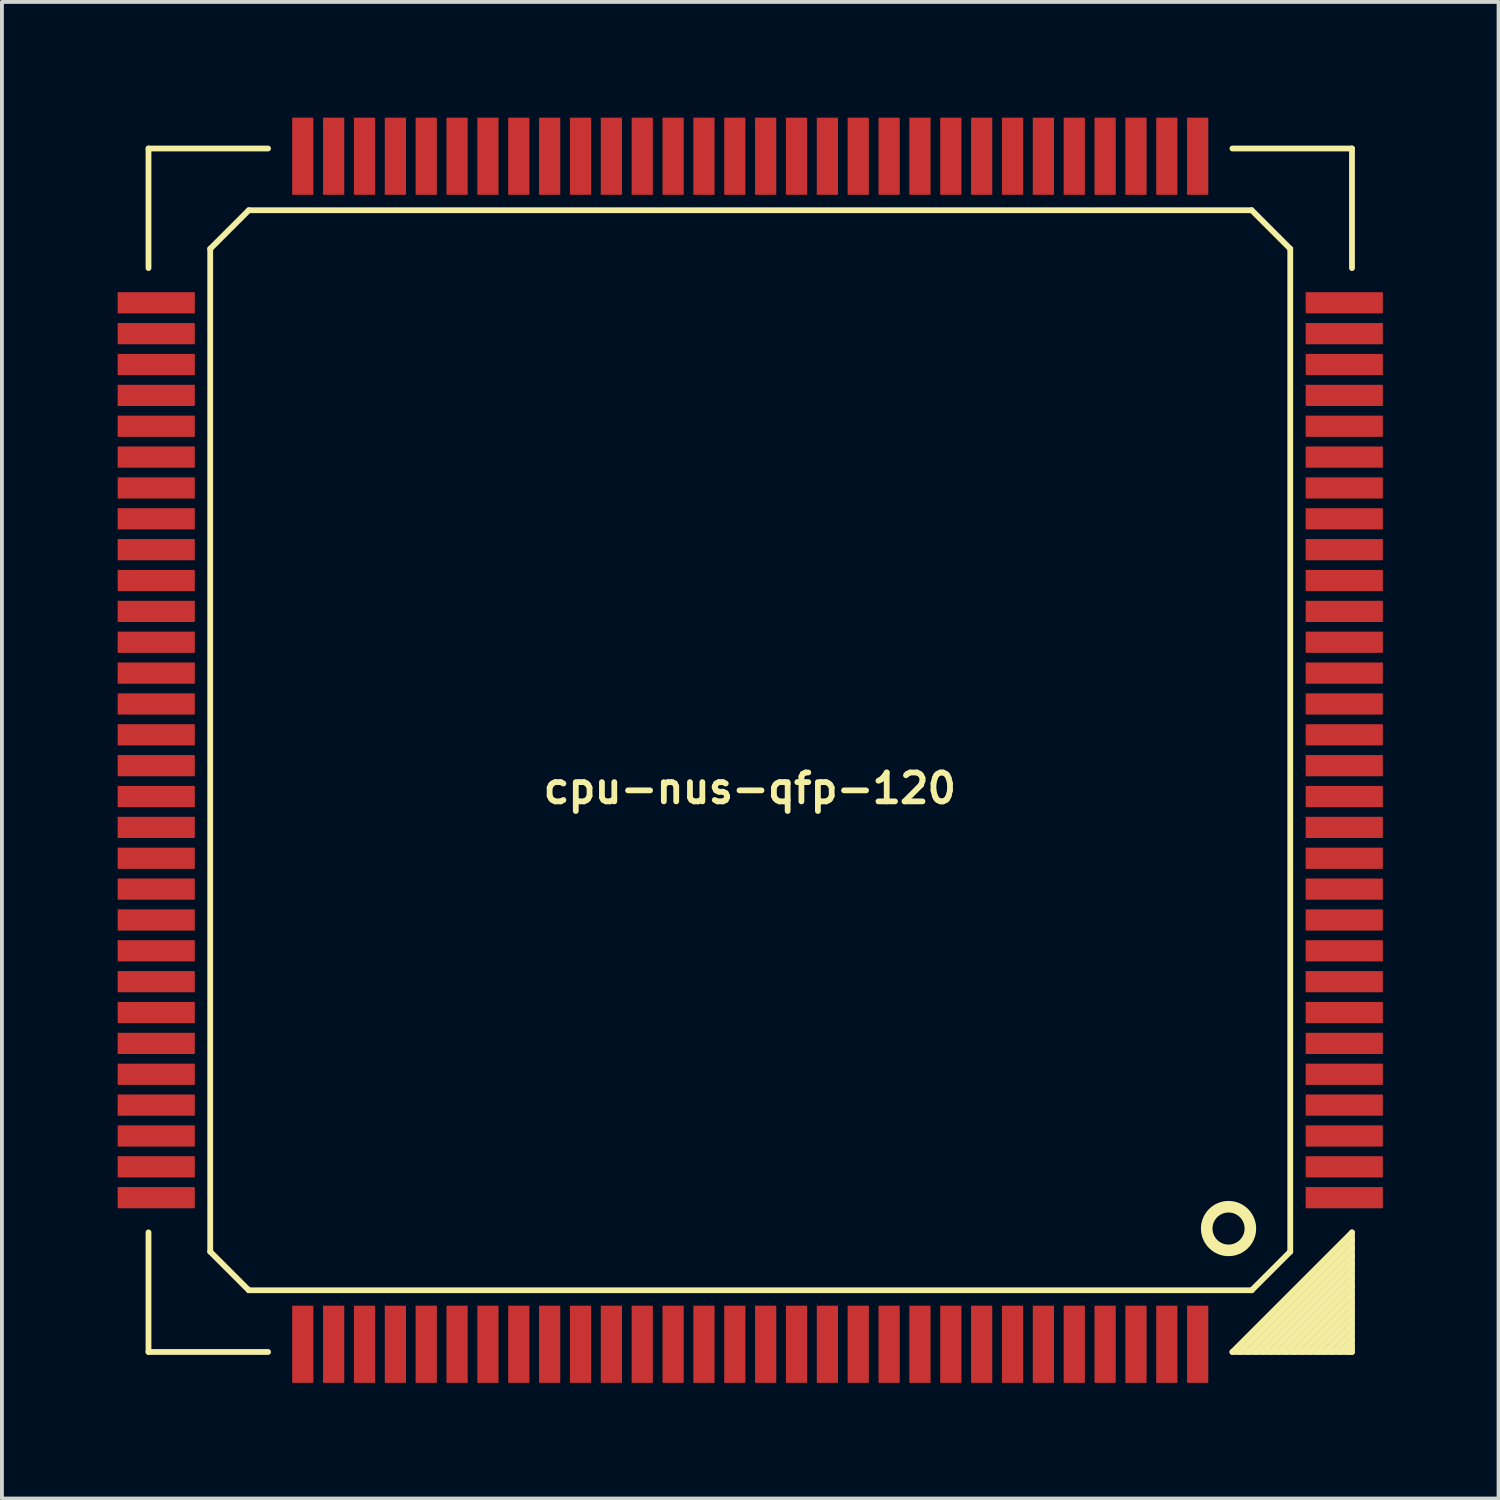
<source format=kicad_pcb>
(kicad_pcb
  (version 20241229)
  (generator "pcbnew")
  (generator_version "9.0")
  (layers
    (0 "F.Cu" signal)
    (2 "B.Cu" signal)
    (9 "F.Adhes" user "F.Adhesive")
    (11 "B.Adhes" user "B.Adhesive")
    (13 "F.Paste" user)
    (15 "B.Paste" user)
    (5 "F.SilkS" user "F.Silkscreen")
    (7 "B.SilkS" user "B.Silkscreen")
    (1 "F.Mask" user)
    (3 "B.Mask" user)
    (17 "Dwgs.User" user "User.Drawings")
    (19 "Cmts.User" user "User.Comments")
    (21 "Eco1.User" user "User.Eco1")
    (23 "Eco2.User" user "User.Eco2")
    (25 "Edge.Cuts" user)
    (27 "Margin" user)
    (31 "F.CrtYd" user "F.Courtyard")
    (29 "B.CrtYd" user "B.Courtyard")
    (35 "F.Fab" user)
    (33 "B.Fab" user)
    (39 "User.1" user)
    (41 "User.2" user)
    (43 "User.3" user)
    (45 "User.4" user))
  (footprint "cpu-nus-qfp-120"
    (layer "F.Cu")
    (at 16.389 16.387)
    (property "Reference" "cpu-nus-qfp-120" (at 0 1 180) (layer "F.SilkS") (effects (font (size 0.749 0.749) (thickness 0.15))))
    (attr through_hole)
    (fp_line (start -15.589 -15.587) (end -12.489 -15.587) (stroke (width 0.15) (type solid)) (layer "F.SilkS"))
    (fp_line (start -15.589 -12.487) (end -15.589 -15.587) (stroke (width 0.15) (type solid)) (layer "F.SilkS"))
    (fp_line (start -15.589 15.613) (end -15.589 12.513) (stroke (width 0.15) (type solid)) (layer "F.SilkS"))
    (fp_line (start -13.989 -12.987) (end -12.989 -13.987) (stroke (width 0.15) (type solid)) (layer "F.SilkS"))
    (fp_line (start -13.989 13.013) (end -13.989 -12.987) (stroke (width 0.15) (type solid)) (layer "F.SilkS"))
    (fp_line (start -12.989 14.013) (end -13.989 13.013) (stroke (width 0.15) (type solid)) (layer "F.SilkS"))
    (fp_line (start -12.489 15.613) (end -15.589 15.613) (stroke (width 0.15) (type solid)) (layer "F.SilkS"))
    (fp_line (start 12.511 -15.587) (end 15.611 -15.587) (stroke (width 0.15) (type solid)) (layer "F.SilkS"))
    (fp_line (start 12.711 15.613) (end 15.611 12.713) (stroke (width 0.15) (type solid)) (layer "F.SilkS"))
    (fp_line (start 13.011 -13.987) (end -12.989 -13.987) (stroke (width 0.15) (type solid)) (layer "F.SilkS"))
    (fp_line (start 13.011 -13.987) (end 14.011 -12.987) (stroke (width 0.15) (type solid)) (layer "F.SilkS"))
    (fp_line (start 13.011 14.013) (end -12.989 14.013) (stroke (width 0.15) (type solid)) (layer "F.SilkS"))
    (fp_line (start 14.011 -12.987) (end 14.011 13.013) (stroke (width 0.15) (type solid)) (layer "F.SilkS"))
    (fp_line (start 14.011 13.013) (end 13.011 14.013) (stroke (width 0.15) (type solid)) (layer "F.SilkS"))
    (fp_line (start 14.311 15.613) (end 15.611 14.313) (stroke (width 0.15) (type solid)) (layer "F.SilkS"))
    (fp_line (start 14.711 15.613) (end 15.611 14.713) (stroke (width 0.15) (type solid)) (layer "F.SilkS"))
    (fp_line (start 15.111 15.613) (end 15.611 15.113) (stroke (width 0.15) (type solid)) (layer "F.SilkS"))
    (fp_line (start 15.511 15.613) (end 15.611 15.513) (stroke (width 0.15) (type solid)) (layer "F.SilkS"))
    (fp_line (start 15.611 -15.587) (end 15.611 -12.487) (stroke (width 0.15) (type solid)) (layer "F.SilkS"))
    (fp_line (start 15.611 12.513) (end 12.511 15.613) (stroke (width 0.15) (type solid)) (layer "F.SilkS"))
    (fp_line (start 15.611 12.513) (end 15.611 15.613) (stroke (width 0.15) (type solid)) (layer "F.SilkS"))
    (fp_line (start 15.611 12.913) (end 12.911 15.613) (stroke (width 0.15) (type solid)) (layer "F.SilkS"))
    (fp_line (start 15.611 13.113) (end 13.111 15.613) (stroke (width 0.15) (type solid)) (layer "F.SilkS"))
    (fp_line (start 15.611 13.313) (end 13.311 15.613) (stroke (width 0.15) (type solid)) (layer "F.SilkS"))
    (fp_line (start 15.611 13.513) (end 13.511 15.613) (stroke (width 0.15) (type solid)) (layer "F.SilkS"))
    (fp_line (start 15.611 13.713) (end 13.711 15.613) (stroke (width 0.15) (type solid)) (layer "F.SilkS"))
    (fp_line (start 15.611 13.913) (end 13.911 15.613) (stroke (width 0.15) (type solid)) (layer "F.SilkS"))
    (fp_line (start 15.611 14.113) (end 14.111 15.613) (stroke (width 0.15) (type solid)) (layer "F.SilkS"))
    (fp_line (start 15.611 14.513) (end 14.511 15.613) (stroke (width 0.15) (type solid)) (layer "F.SilkS"))
    (fp_line (start 15.611 14.913) (end 14.911 15.613) (stroke (width 0.15) (type solid)) (layer "F.SilkS"))
    (fp_line (start 15.611 15.313) (end 15.311 15.613) (stroke (width 0.15) (type solid)) (layer "F.SilkS"))
    (fp_line (start 15.611 15.613) (end 12.511 15.613) (stroke (width 0.15) (type solid)) (layer "F.SilkS"))
    (fp_circle (center 12.411 12.413) (end 12.811 12.813) (stroke (width 0.3) (type solid)) (fill no) (layer "F.SilkS"))
    (pad "1" smd rect (at 15.411 11.613 90) (size 0.55 2) (layers "F.Cu" "F.Mask" "F.Paste"))
    (pad "2" smd rect (at 15.411 10.813 90) (size 0.55 2) (layers "F.Cu" "F.Mask" "F.Paste"))
    (pad "3" smd rect (at 15.411 10.013 90) (size 0.55 2) (layers "F.Cu" "F.Mask" "F.Paste"))
    (pad "4" smd rect (at 15.411 9.213 90) (size 0.55 2) (layers "F.Cu" "F.Mask" "F.Paste"))
    (pad "5" smd rect (at 15.411 8.413 90) (size 0.55 2) (layers "F.Cu" "F.Mask" "F.Paste"))
    (pad "6" smd rect (at 15.411 7.613 90) (size 0.55 2) (layers "F.Cu" "F.Mask" "F.Paste"))
    (pad "7" smd rect (at 15.411 6.813 90) (size 0.55 2) (layers "F.Cu" "F.Mask" "F.Paste"))
    (pad "8" smd rect (at 15.411 6.013 90) (size 0.55 2) (layers "F.Cu" "F.Mask" "F.Paste"))
    (pad "9" smd rect (at 15.411 5.213 90) (size 0.55 2) (layers "F.Cu" "F.Mask" "F.Paste"))
    (pad "10" smd rect (at 15.411 4.413 90) (size 0.55 2) (layers "F.Cu" "F.Mask" "F.Paste"))
    (pad "11" smd rect (at 15.411 3.613 90) (size 0.55 2) (layers "F.Cu" "F.Mask" "F.Paste"))
    (pad "12" smd rect (at 15.411 2.813 90) (size 0.55 2) (layers "F.Cu" "F.Mask" "F.Paste"))
    (pad "13" smd rect (at 15.411 2.013 90) (size 0.55 2) (layers "F.Cu" "F.Mask" "F.Paste"))
    (pad "14" smd rect (at 15.411 1.213 90) (size 0.55 2) (layers "F.Cu" "F.Mask" "F.Paste"))
    (pad "15" smd rect (at 15.411 0.413 90) (size 0.55 2) (layers "F.Cu" "F.Mask" "F.Paste"))
    (pad "16" smd rect (at 15.411 -0.387 90) (size 0.55 2) (layers "F.Cu" "F.Mask" "F.Paste"))
    (pad "17" smd rect (at 15.411 -1.187 90) (size 0.55 2) (layers "F.Cu" "F.Mask" "F.Paste"))
    (pad "18" smd rect (at 15.411 -1.987 90) (size 0.55 2) (layers "F.Cu" "F.Mask" "F.Paste"))
    (pad "19" smd rect (at 15.411 -2.787 90) (size 0.55 2) (layers "F.Cu" "F.Mask" "F.Paste"))
    (pad "20" smd rect (at 15.411 -3.587 90) (size 0.55 2) (layers "F.Cu" "F.Mask" "F.Paste"))
    (pad "21" smd rect (at 15.411 -4.387 90) (size 0.55 2) (layers "F.Cu" "F.Mask" "F.Paste"))
    (pad "22" smd rect (at 15.411 -5.187 90) (size 0.55 2) (layers "F.Cu" "F.Mask" "F.Paste"))
    (pad "23" smd rect (at 15.411 -5.987 90) (size 0.55 2) (layers "F.Cu" "F.Mask" "F.Paste"))
    (pad "24" smd rect (at 15.411 -6.787 90) (size 0.55 2) (layers "F.Cu" "F.Mask" "F.Paste"))
    (pad "25" smd rect (at 15.411 -7.587 90) (size 0.55 2) (layers "F.Cu" "F.Mask" "F.Paste"))
    (pad "26" smd rect (at 15.411 -8.387 90) (size 0.55 2) (layers "F.Cu" "F.Mask" "F.Paste"))
    (pad "27" smd rect (at 15.411 -9.187 90) (size 0.55 2) (layers "F.Cu" "F.Mask" "F.Paste"))
    (pad "28" smd rect (at 15.411 -9.987 90) (size 0.55 2) (layers "F.Cu" "F.Mask" "F.Paste"))
    (pad "29" smd rect (at 15.411 -10.787 90) (size 0.55 2) (layers "F.Cu" "F.Mask" "F.Paste"))
    (pad "30" smd rect (at 15.411 -11.587 90) (size 0.55 2) (layers "F.Cu" "F.Mask" "F.Paste"))
    (pad "31" smd rect (at 11.611 -15.387 90) (size 2 0.55) (layers "F.Cu" "F.Mask" "F.Paste"))
    (pad "32" smd rect (at 10.811 -15.387 90) (size 2 0.55) (layers "F.Cu" "F.Mask" "F.Paste"))
    (pad "33" smd rect (at 10.011 -15.387 90) (size 2 0.55) (layers "F.Cu" "F.Mask" "F.Paste"))
    (pad "34" smd rect (at 9.211 -15.387 90) (size 2 0.55) (layers "F.Cu" "F.Mask" "F.Paste"))
    (pad "35" smd rect (at 8.411 -15.387 90) (size 2 0.55) (layers "F.Cu" "F.Mask" "F.Paste"))
    (pad "36" smd rect (at 7.611 -15.387 90) (size 2 0.55) (layers "F.Cu" "F.Mask" "F.Paste"))
    (pad "37" smd rect (at 6.811 -15.387 90) (size 2 0.55) (layers "F.Cu" "F.Mask" "F.Paste"))
    (pad "38" smd rect (at 6.011 -15.387 90) (size 2 0.55) (layers "F.Cu" "F.Mask" "F.Paste"))
    (pad "39" smd rect (at 5.211 -15.387 90) (size 2 0.55) (layers "F.Cu" "F.Mask" "F.Paste"))
    (pad "40" smd rect (at 4.411 -15.387 90) (size 2 0.55) (layers "F.Cu" "F.Mask" "F.Paste"))
    (pad "41" smd rect (at 3.611 -15.387 90) (size 2 0.55) (layers "F.Cu" "F.Mask" "F.Paste"))
    (pad "42" smd rect (at 2.811 -15.387 90) (size 2 0.55) (layers "F.Cu" "F.Mask" "F.Paste"))
    (pad "43" smd rect (at 2.011 -15.387 90) (size 2 0.55) (layers "F.Cu" "F.Mask" "F.Paste"))
    (pad "44" smd rect (at 1.211 -15.387 90) (size 2 0.55) (layers "F.Cu" "F.Mask" "F.Paste"))
    (pad "45" smd rect (at 0.411 -15.387 90) (size 2 0.55) (layers "F.Cu" "F.Mask" "F.Paste"))
    (pad "46" smd rect (at -0.389 -15.387 90) (size 2 0.55) (layers "F.Cu" "F.Mask" "F.Paste"))
    (pad "47" smd rect (at -1.189 -15.387 90) (size 2 0.55) (layers "F.Cu" "F.Mask" "F.Paste"))
    (pad "48" smd rect (at -1.989 -15.387 90) (size 2 0.55) (layers "F.Cu" "F.Mask" "F.Paste"))
    (pad "49" smd rect (at -2.789 -15.387 90) (size 2 0.55) (layers "F.Cu" "F.Mask" "F.Paste"))
    (pad "50" smd rect (at -3.589 -15.387 90) (size 2 0.55) (layers "F.Cu" "F.Mask" "F.Paste"))
    (pad "51" smd rect (at -4.389 -15.387 90) (size 2 0.55) (layers "F.Cu" "F.Mask" "F.Paste"))
    (pad "52" smd rect (at -5.189 -15.387 90) (size 2 0.55) (layers "F.Cu" "F.Mask" "F.Paste"))
    (pad "53" smd rect (at -5.989 -15.387 90) (size 2 0.55) (layers "F.Cu" "F.Mask" "F.Paste"))
    (pad "54" smd rect (at -6.789 -15.387 90) (size 2 0.55) (layers "F.Cu" "F.Mask" "F.Paste"))
    (pad "55" smd rect (at -7.589 -15.387 90) (size 2 0.55) (layers "F.Cu" "F.Mask" "F.Paste"))
    (pad "56" smd rect (at -8.389 -15.387 90) (size 2 0.55) (layers "F.Cu" "F.Mask" "F.Paste"))
    (pad "57" smd rect (at -9.189 -15.387 90) (size 2 0.55) (layers "F.Cu" "F.Mask" "F.Paste"))
    (pad "58" smd rect (at -9.989 -15.387 90) (size 2 0.55) (layers "F.Cu" "F.Mask" "F.Paste"))
    (pad "59" smd rect (at -10.789 -15.387 90) (size 2 0.55) (layers "F.Cu" "F.Mask" "F.Paste"))
    (pad "60" smd rect (at -11.589 -15.387 90) (size 2 0.55) (layers "F.Cu" "F.Mask" "F.Paste"))
    (pad "61" smd rect (at -15.389 -11.587 90) (size 0.55 2) (layers "F.Cu" "F.Mask" "F.Paste"))
    (pad "62" smd rect (at -15.389 -10.787 90) (size 0.55 2) (layers "F.Cu" "F.Mask" "F.Paste"))
    (pad "63" smd rect (at -15.389 -9.987 90) (size 0.55 2) (layers "F.Cu" "F.Mask" "F.Paste"))
    (pad "64" smd rect (at -15.389 -9.187 90) (size 0.55 2) (layers "F.Cu" "F.Mask" "F.Paste"))
    (pad "65" smd rect (at -15.389 -8.387 90) (size 0.55 2) (layers "F.Cu" "F.Mask" "F.Paste"))
    (pad "66" smd rect (at -15.389 -7.587 90) (size 0.55 2) (layers "F.Cu" "F.Mask" "F.Paste"))
    (pad "67" smd rect (at -15.389 -6.787 90) (size 0.55 2) (layers "F.Cu" "F.Mask" "F.Paste"))
    (pad "68" smd rect (at -15.389 -5.987 90) (size 0.55 2) (layers "F.Cu" "F.Mask" "F.Paste"))
    (pad "69" smd rect (at -15.389 -5.187 90) (size 0.55 2) (layers "F.Cu" "F.Mask" "F.Paste"))
    (pad "70" smd rect (at -15.389 -4.387 90) (size 0.55 2) (layers "F.Cu" "F.Mask" "F.Paste"))
    (pad "71" smd rect (at -15.389 -3.587 90) (size 0.55 2) (layers "F.Cu" "F.Mask" "F.Paste"))
    (pad "72" smd rect (at -15.389 -2.787 90) (size 0.55 2) (layers "F.Cu" "F.Mask" "F.Paste"))
    (pad "73" smd rect (at -15.389 -1.987 90) (size 0.55 2) (layers "F.Cu" "F.Mask" "F.Paste"))
    (pad "74" smd rect (at -15.389 -1.187 90) (size 0.55 2) (layers "F.Cu" "F.Mask" "F.Paste"))
    (pad "75" smd rect (at -15.389 -0.387 90) (size 0.55 2) (layers "F.Cu" "F.Mask" "F.Paste"))
    (pad "76" smd rect (at -15.389 0.413 90) (size 0.55 2) (layers "F.Cu" "F.Mask" "F.Paste"))
    (pad "77" smd rect (at -15.389 1.213 90) (size 0.55 2) (layers "F.Cu" "F.Mask" "F.Paste"))
    (pad "78" smd rect (at -15.389 2.013 90) (size 0.55 2) (layers "F.Cu" "F.Mask" "F.Paste"))
    (pad "79" smd rect (at -15.389 2.813 90) (size 0.55 2) (layers "F.Cu" "F.Mask" "F.Paste"))
    (pad "80" smd rect (at -15.389 3.613 90) (size 0.55 2) (layers "F.Cu" "F.Mask" "F.Paste"))
    (pad "81" smd rect (at -15.389 4.413 90) (size 0.55 2) (layers "F.Cu" "F.Mask" "F.Paste"))
    (pad "82" smd rect (at -15.389 5.213 90) (size 0.55 2) (layers "F.Cu" "F.Mask" "F.Paste"))
    (pad "83" smd rect (at -15.389 6.013 90) (size 0.55 2) (layers "F.Cu" "F.Mask" "F.Paste"))
    (pad "84" smd rect (at -15.389 6.813 90) (size 0.55 2) (layers "F.Cu" "F.Mask" "F.Paste"))
    (pad "85" smd rect (at -15.389 7.613 90) (size 0.55 2) (layers "F.Cu" "F.Mask" "F.Paste"))
    (pad "86" smd rect (at -15.389 8.413 90) (size 0.55 2) (layers "F.Cu" "F.Mask" "F.Paste"))
    (pad "87" smd rect (at -15.389 9.213 90) (size 0.55 2) (layers "F.Cu" "F.Mask" "F.Paste"))
    (pad "88" smd rect (at -15.389 10.013 90) (size 0.55 2) (layers "F.Cu" "F.Mask" "F.Paste"))
    (pad "89" smd rect (at -15.389 10.813 90) (size 0.55 2) (layers "F.Cu" "F.Mask" "F.Paste"))
    (pad "90" smd rect (at -15.389 11.613 90) (size 0.55 2) (layers "F.Cu" "F.Mask" "F.Paste"))
    (pad "91" smd rect (at -11.589 15.413 90) (size 2 0.55) (layers "F.Cu" "F.Mask" "F.Paste"))
    (pad "92" smd rect (at -10.789 15.413 90) (size 2 0.55) (layers "F.Cu" "F.Mask" "F.Paste"))
    (pad "93" smd rect (at -9.989 15.413 90) (size 2 0.55) (layers "F.Cu" "F.Mask" "F.Paste"))
    (pad "94" smd rect (at -9.189 15.413 90) (size 2 0.55) (layers "F.Cu" "F.Mask" "F.Paste"))
    (pad "95" smd rect (at -8.389 15.413 90) (size 2 0.55) (layers "F.Cu" "F.Mask" "F.Paste"))
    (pad "96" smd rect (at -7.589 15.413 90) (size 2 0.55) (layers "F.Cu" "F.Mask" "F.Paste"))
    (pad "97" smd rect (at -6.789 15.413 90) (size 2 0.55) (layers "F.Cu" "F.Mask" "F.Paste"))
    (pad "98" smd rect (at -5.989 15.413 90) (size 2 0.55) (layers "F.Cu" "F.Mask" "F.Paste"))
    (pad "99" smd rect (at -5.189 15.413 90) (size 2 0.55) (layers "F.Cu" "F.Mask" "F.Paste"))
    (pad "100" smd rect (at -4.389 15.413 90) (size 2 0.55) (layers "F.Cu" "F.Mask" "F.Paste"))
    (pad "101" smd rect (at -3.589 15.413 90) (size 2 0.55) (layers "F.Cu" "F.Mask" "F.Paste"))
    (pad "102" smd rect (at -2.789 15.413 90) (size 2 0.55) (layers "F.Cu" "F.Mask" "F.Paste"))
    (pad "103" smd rect (at -1.989 15.413 90) (size 2 0.55) (layers "F.Cu" "F.Mask" "F.Paste"))
    (pad "104" smd rect (at -1.189 15.413 90) (size 2 0.55) (layers "F.Cu" "F.Mask" "F.Paste"))
    (pad "105" smd rect (at -0.389 15.413 90) (size 2 0.55) (layers "F.Cu" "F.Mask" "F.Paste"))
    (pad "106" smd rect (at 0.411 15.413 90) (size 2 0.55) (layers "F.Cu" "F.Mask" "F.Paste"))
    (pad "107" smd rect (at 1.211 15.413 90) (size 2 0.55) (layers "F.Cu" "F.Mask" "F.Paste"))
    (pad "108" smd rect (at 2.011 15.413 90) (size 2 0.55) (layers "F.Cu" "F.Mask" "F.Paste"))
    (pad "109" smd rect (at 2.811 15.413 90) (size 2 0.55) (layers "F.Cu" "F.Mask" "F.Paste"))
    (pad "110" smd rect (at 3.611 15.413 90) (size 2 0.55) (layers "F.Cu" "F.Mask" "F.Paste"))
    (pad "111" smd rect (at 4.411 15.413 90) (size 2 0.55) (layers "F.Cu" "F.Mask" "F.Paste"))
    (pad "112" smd rect (at 5.211 15.413 90) (size 2 0.55) (layers "F.Cu" "F.Mask" "F.Paste"))
    (pad "113" smd rect (at 6.011 15.413 90) (size 2 0.55) (layers "F.Cu" "F.Mask" "F.Paste"))
    (pad "114" smd rect (at 6.811 15.413 90) (size 2 0.55) (layers "F.Cu" "F.Mask" "F.Paste"))
    (pad "115" smd rect (at 7.611 15.413 90) (size 2 0.55) (layers "F.Cu" "F.Mask" "F.Paste"))
    (pad "116" smd rect (at 8.411 15.413 90) (size 2 0.55) (layers "F.Cu" "F.Mask" "F.Paste"))
    (pad "117" smd rect (at 9.211 15.413 90) (size 2 0.55) (layers "F.Cu" "F.Mask" "F.Paste"))
    (pad "118" smd rect (at 10.011 15.413 90) (size 2 0.55) (layers "F.Cu" "F.Mask" "F.Paste"))
    (pad "119" smd rect (at 10.811 15.413 90) (size 2 0.55) (layers "F.Cu" "F.Mask" "F.Paste"))
    (pad "120" smd rect (at 11.611 15.413 90) (size 2 0.55) (layers "F.Cu" "F.Mask" "F.Paste")))
  (gr_rect
    (start -3 -3)
    (end 35.8 35.8)
    (stroke (width 0.1) (type default))
    (fill no)
    (layer "Edge.Cuts")))
</source>
